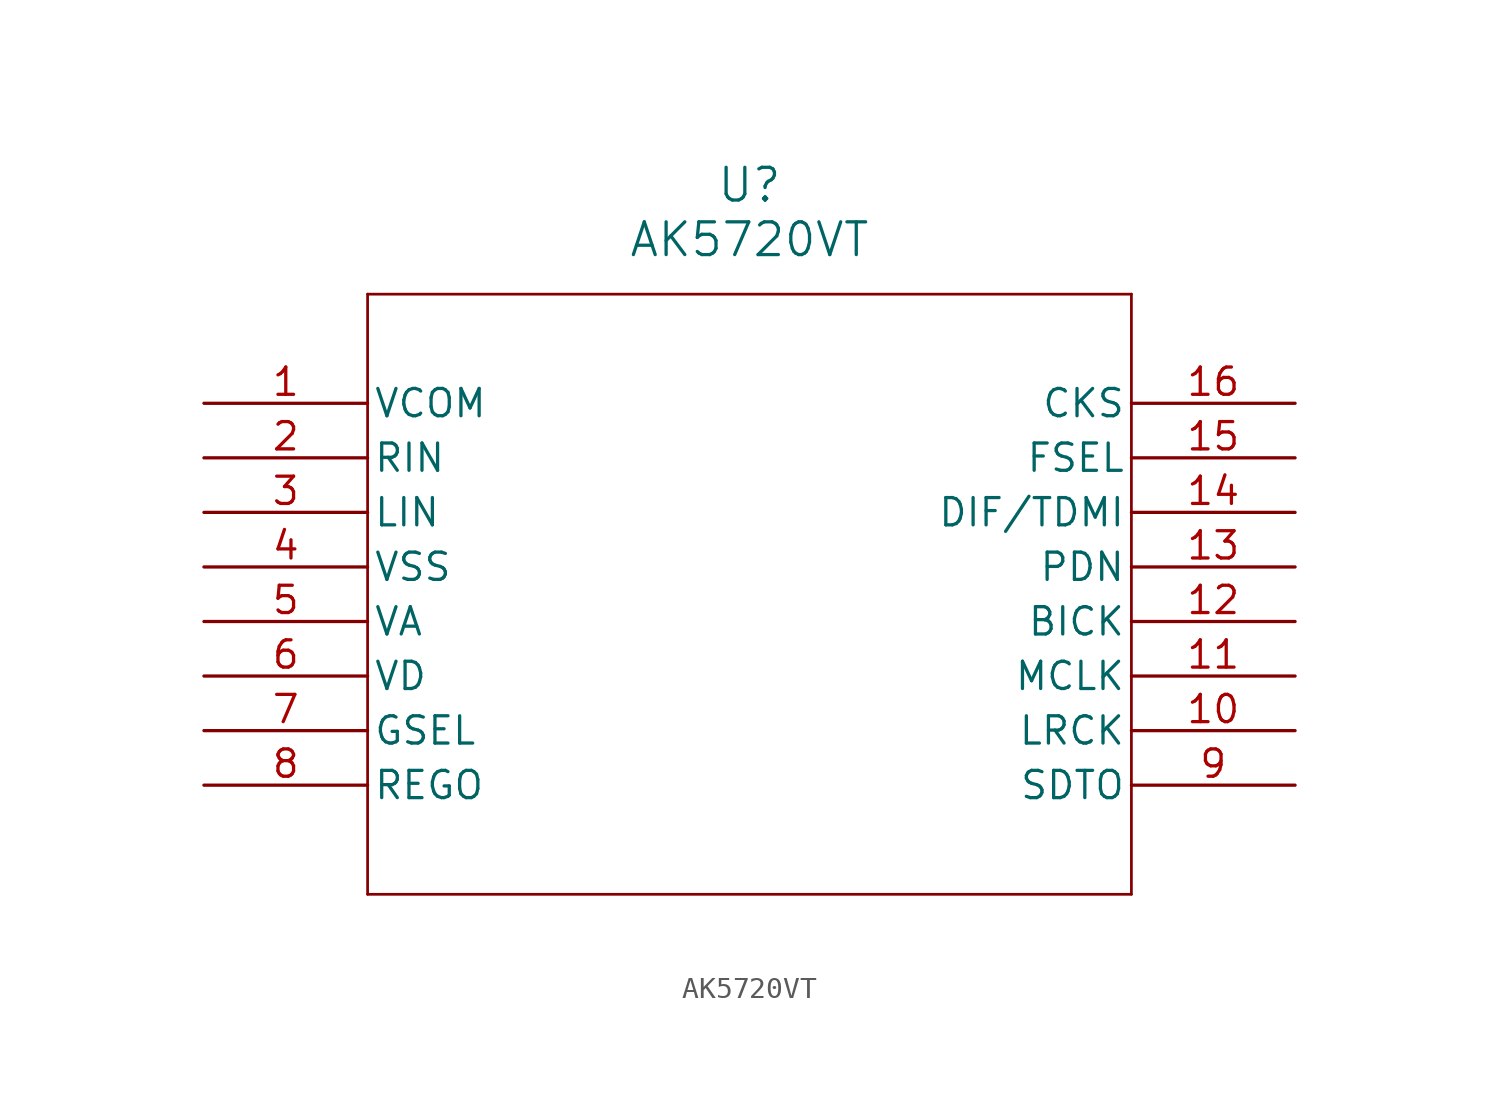
<source format=kicad_sym>
(kicad_symbol_lib
  (version 20211014)
  (generator kicad_symbol_editor)
  (symbol "AK5720VT"
    (pin_names
      (offset 0.254))
    (property "Reference" "U"
      (at 25.4 10.16 0)
      (effects (font (size 1.524 1.524))))
    (property "Value" "AK5720VT"
      (at 25.4 7.62 0)
      (effects (font (size 1.524 1.524))))
    (symbol "AK5720VT_0_1"
      (polyline (pts (xy 7.62 5.08) (xy 7.62 -22.86)) (stroke (width 0.127) (type default) (color 0 0 0 0)) (fill (type none)))
      (polyline (pts (xy 7.62 -22.86) (xy 43.18 -22.86)) (stroke (width 0.127) (type default) (color 0 0 0 0)) (fill (type none)))
      (polyline (pts (xy 43.18 -22.86) (xy 43.18 5.08)) (stroke (width 0.127) (type default) (color 0 0 0 0)) (fill (type none)))
      (polyline (pts (xy 43.18 5.08) (xy 7.62 5.08)) (stroke (width 0.127) (type default) (color 0 0 0 0)) (fill (type none)))
      (pin unspecified line (at 0 0 0) (length 7.62) (name "VCOM" (effects (font (size 1.27 1.27)))) (number "1" (effects (font (size 1.27 1.27)))))
      (pin unspecified line (at 0 -2.54 0) (length 7.62) (name "RIN" (effects (font (size 1.27 1.27)))) (number "2" (effects (font (size 1.27 1.27)))))
      (pin unspecified line (at 0 -5.08 0) (length 7.62) (name "LIN" (effects (font (size 1.27 1.27)))) (number "3" (effects (font (size 1.27 1.27)))))
      (pin power_out line (at 0 -7.62 0) (length 7.62) (name "VSS" (effects (font (size 1.27 1.27)))) (number "4" (effects (font (size 1.27 1.27)))))
      (pin unspecified line (at 0 -10.16 0) (length 7.62) (name "VA" (effects (font (size 1.27 1.27)))) (number "5" (effects (font (size 1.27 1.27)))))
      (pin unspecified line (at 0 -12.7 0) (length 7.62) (name "VD" (effects (font (size 1.27 1.27)))) (number "6" (effects (font (size 1.27 1.27)))))
      (pin unspecified line (at 0 -15.24 0) (length 7.62) (name "GSEL" (effects (font (size 1.27 1.27)))) (number "7" (effects (font (size 1.27 1.27)))))
      (pin unspecified line (at 0 -17.78 0) (length 7.62) (name "REGO" (effects (font (size 1.27 1.27)))) (number "8" (effects (font (size 1.27 1.27)))))
      (pin unspecified line (at 50.8 -17.78 180) (length 7.62) (name "SDTO" (effects (font (size 1.27 1.27)))) (number "9" (effects (font (size 1.27 1.27)))))
      (pin unspecified line (at 50.8 -15.24 180) (length 7.62) (name "LRCK" (effects (font (size 1.27 1.27)))) (number "10" (effects (font (size 1.27 1.27)))))
      (pin unspecified line (at 50.8 -12.7 180) (length 7.62) (name "MCLK" (effects (font (size 1.27 1.27)))) (number "11" (effects (font (size 1.27 1.27)))))
      (pin unspecified line (at 50.8 -10.16 180) (length 7.62) (name "BICK" (effects (font (size 1.27 1.27)))) (number "12" (effects (font (size 1.27 1.27)))))
      (pin unspecified line (at 50.8 -7.62 180) (length 7.62) (name "PDN" (effects (font (size 1.27 1.27)))) (number "13" (effects (font (size 1.27 1.27)))))
      (pin unspecified line (at 50.8 -5.08 180) (length 7.62) (name "DIF/TDMI" (effects (font (size 1.27 1.27)))) (number "14" (effects (font (size 1.27 1.27)))))
      (pin unspecified line (at 50.8 -2.54 180) (length 7.62) (name "FSEL" (effects (font (size 1.27 1.27)))) (number "15" (effects (font (size 1.27 1.27)))))
      (pin unspecified line (at 50.8 0 180) (length 7.62) (name "CKS" (effects (font (size 1.27 1.27)))) (number "16" (effects (font (size 1.27 1.27))))))))
</source>
